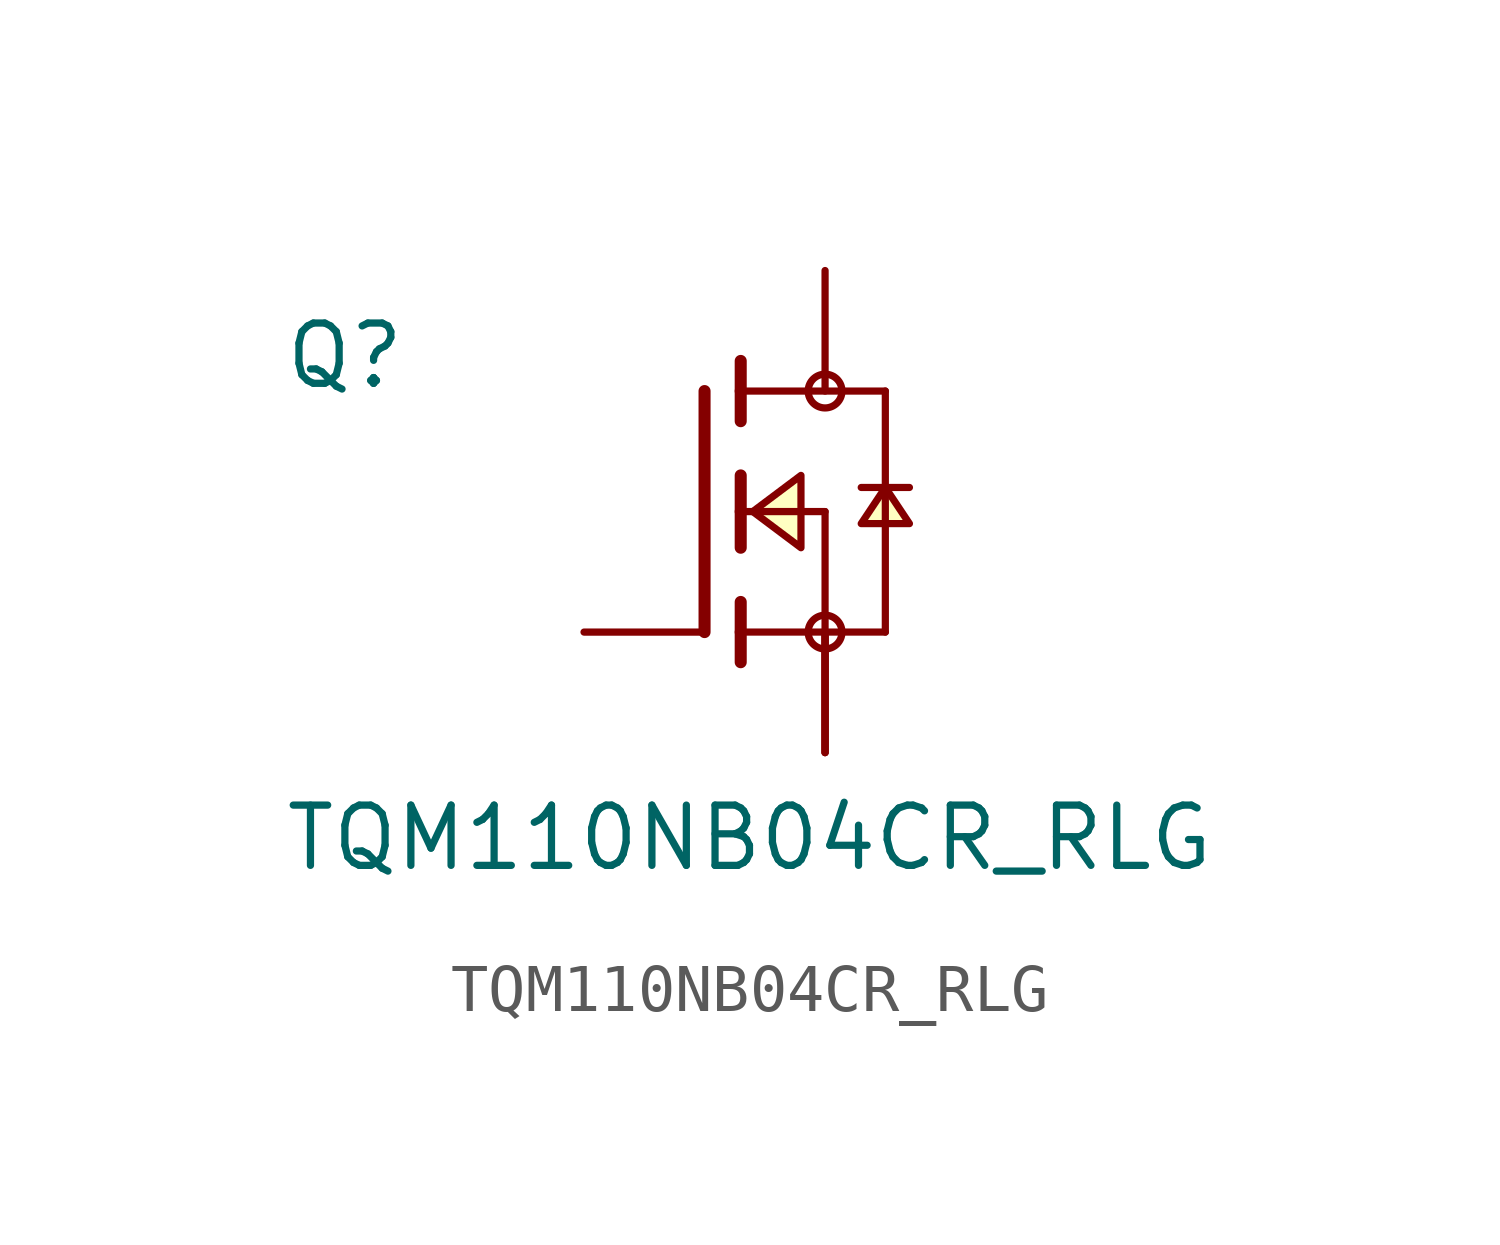
<source format=kicad_sym>
(kicad_symbol_lib
  (version 20211014)
  (generator kicad_symbol_editor)
  (symbol "TQM110NB04CR_RLG"
    (pin_numbers hide)
    (pin_names
      (offset 1.016) hide)
    (property "Reference" "Q"
      (at -8.89 2.54 0)
      (effects (font (size 1.27 1.27)) (justify left bottom)))
    (property "Value" "TQM110NB04CR_RLG"
      (at -8.89 -7.62 0)
      (effects (font (size 1.27 1.27)) (justify left bottom)))
    (property "ki_locked" ""
      (at 0 0 0)
      (effects (font (size 1.27 1.27))))
    (symbol "TQM110NB04CR_RLG_0_0"
      (polyline (pts (xy 0 2.54) (xy 0 -2.54)) (stroke (width 0.254) (type default) (color 0 0 0 0)) (fill (type none)))
      (polyline (pts (xy 0.762 -2.54) (xy 0.762 -3.175)) (stroke (width 0.254) (type default) (color 0 0 0 0)) (fill (type none)))
      (polyline (pts (xy 0.762 -1.905) (xy 0.762 -2.54)) (stroke (width 0.254) (type default) (color 0 0 0 0)) (fill (type none)))
      (polyline (pts (xy 0.762 0) (xy 0.762 -0.762)) (stroke (width 0.254) (type default) (color 0 0 0 0)) (fill (type none)))
      (polyline (pts (xy 0.762 0) (xy 2.54 0)) (stroke (width 0.152) (type default) (color 0 0 0 0)) (fill (type none)))
      (polyline (pts (xy 0.762 0.762) (xy 0.762 0)) (stroke (width 0.254) (type default) (color 0 0 0 0)) (fill (type none)))
      (polyline (pts (xy 0.762 2.54) (xy 0.762 1.905)) (stroke (width 0.254) (type default) (color 0 0 0 0)) (fill (type none)))
      (polyline (pts (xy 0.762 2.54) (xy 3.81 2.54)) (stroke (width 0.152) (type default) (color 0 0 0 0)) (fill (type none)))
      (polyline (pts (xy 0.762 3.175) (xy 0.762 2.54)) (stroke (width 0.254) (type default) (color 0 0 0 0)) (fill (type none)))
      (polyline (pts (xy 2.54 -2.54) (xy 0.762 -2.54)) (stroke (width 0.152) (type default) (color 0 0 0 0)) (fill (type none)))
      (polyline (pts (xy 2.54 -2.54) (xy 3.81 -2.54)) (stroke (width 0.152) (type default) (color 0 0 0 0)) (fill (type none)))
      (polyline (pts (xy 2.54 0) (xy 2.54 -2.54)) (stroke (width 0.152) (type default) (color 0 0 0 0)) (fill (type none)))
      (polyline (pts (xy 3.81 0.508) (xy 3.302 0.508)) (stroke (width 0.152) (type default) (color 0 0 0 0)) (fill (type none)))
      (polyline (pts (xy 3.81 0.508) (xy 3.81 -2.54)) (stroke (width 0.152) (type default) (color 0 0 0 0)) (fill (type none)))
      (polyline (pts (xy 3.81 2.54) (xy 3.81 0.508)) (stroke (width 0.152) (type default) (color 0 0 0 0)) (fill (type none)))
      (polyline (pts (xy 4.318 0.508) (xy 3.81 0.508)) (stroke (width 0.152) (type default) (color 0 0 0 0)) (fill (type none)))
      (polyline (pts (xy 1.016 0) (xy 2.032 0.762) (xy 2.032 -0.762) (xy 1.016 0)) (stroke (width 0.152) (type default) (color 0 0 0 0)) (fill (type background)))
      (polyline (pts (xy 3.81 0.508) (xy 3.302 -0.254) (xy 4.318 -0.254) (xy 3.81 0.508)) (stroke (width 0.152) (type default) (color 0 0 0 0)) (fill (type background)))
      (circle (center 2.54 -2.54) (radius 0.356) (stroke (width 0) (type default) (color 0 0 0 0)) (fill (type none)))
      (circle (center 2.54 2.54) (radius 0.356) (stroke (width 0) (type default) (color 0 0 0 0)) (fill (type none)))
      (pin passive line (at 2.54 -5.08 90) (length 2.54) (name "~" (effects (font (size 1.016 1.016)))) (number "1" (effects (font (size 1.016 1.016)))))
      (pin passive line (at 2.54 -5.08 90) (length 2.54) (name "~" (effects (font (size 1.016 1.016)))) (number "2" (effects (font (size 1.016 1.016)))))
      (pin passive line (at 2.54 -5.08 90) (length 2.54) (name "~" (effects (font (size 1.016 1.016)))) (number "3" (effects (font (size 1.016 1.016)))))
      (pin passive line (at -2.54 -2.54 0) (length 2.54) (name "~" (effects (font (size 1.016 1.016)))) (number "4" (effects (font (size 1.016 1.016)))))
      (pin passive line (at 2.54 5.08 270) (length 2.54) (name "~" (effects (font (size 1.016 1.016)))) (number "5_8" (effects (font (size 1.016 1.016))))))))
</source>
